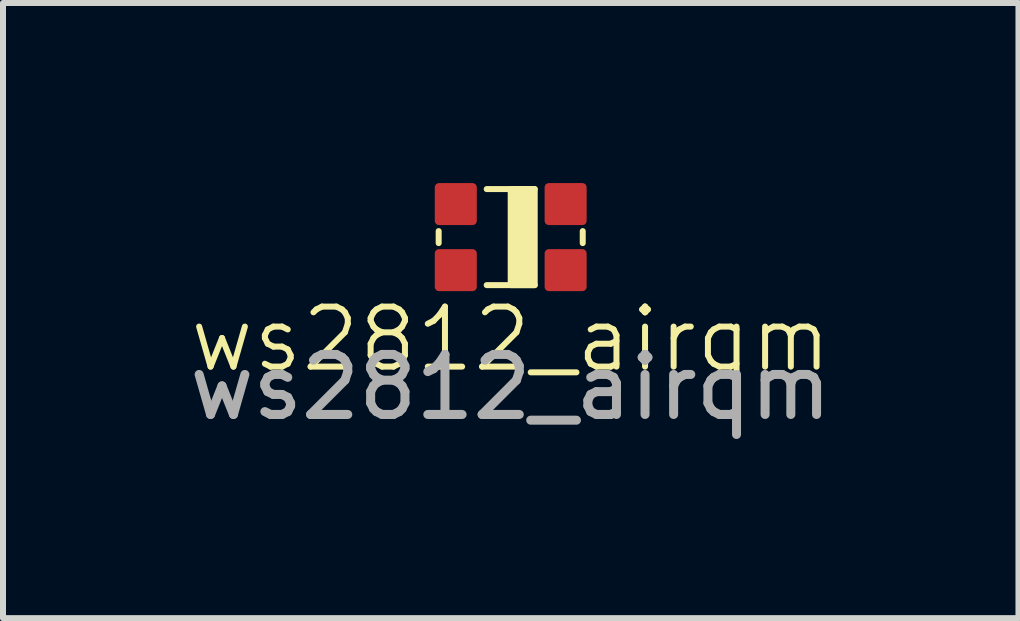
<source format=kicad_pcb>
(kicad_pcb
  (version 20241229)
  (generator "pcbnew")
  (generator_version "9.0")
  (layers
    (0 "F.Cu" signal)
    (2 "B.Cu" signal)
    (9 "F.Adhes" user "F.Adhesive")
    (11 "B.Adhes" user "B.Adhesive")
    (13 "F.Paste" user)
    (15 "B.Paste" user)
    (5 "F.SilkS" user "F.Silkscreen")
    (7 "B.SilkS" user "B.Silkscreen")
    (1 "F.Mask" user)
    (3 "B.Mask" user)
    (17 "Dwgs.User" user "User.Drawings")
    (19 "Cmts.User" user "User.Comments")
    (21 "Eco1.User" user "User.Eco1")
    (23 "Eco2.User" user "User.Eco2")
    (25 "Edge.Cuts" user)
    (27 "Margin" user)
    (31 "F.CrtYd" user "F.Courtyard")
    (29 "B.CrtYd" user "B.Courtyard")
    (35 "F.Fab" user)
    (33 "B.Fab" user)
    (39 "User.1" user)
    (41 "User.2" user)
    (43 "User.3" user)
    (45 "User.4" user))
  (footprint "ws2812_airqm"
    (layer "F.Cu")
    (at 5.458 0.9)
    (property "Reference" "ws2812_airqm" (at 0 1.7 0) (unlocked yes) (layer "F.SilkS") (effects (font (size 1 1) (thickness 0.1))))
    (attr smd)
    (fp_line (start -1.2 -0.1) (end -1.2 0.1) (stroke (width 0.1) (type default)) (layer "F.SilkS"))
    (fp_line (start -0.4 0.8) (end 0.4 0.8) (stroke (width 0.1) (type default)) (layer "F.SilkS"))
    (fp_line (start 0.4 -0.8) (end -0.4 -0.8) (stroke (width 0.1) (type default)) (layer "F.SilkS"))
    (fp_line (start 1.2 -0.1) (end 1.2 0.1) (stroke (width 0.1) (type default)) (layer "F.SilkS"))
    (fp_poly (pts (xy 0.4 0.8) (xy 0 0.8) (xy 0 -0.8) (xy 0.4 -0.8)) (stroke (width 0.1) (type solid)) (fill yes) (layer "F.SilkS"))
    (fp_text user "${REFERENCE}" (at 0 2.5 0) (unlocked yes) (layer "F.Fab") (effects (font (size 1 1) (thickness 0.15))))
    (pad "1" smd roundrect (at -0.915 0.55) (size 0.7 0.7) (layers "F.Cu" "F.Mask" "F.Paste") (roundrect_rratio 0.1))
    (pad "2" smd roundrect (at 0.915 0.55) (size 0.7 0.7) (layers "F.Cu" "F.Mask" "F.Paste") (roundrect_rratio 0.1))
    (pad "3" smd roundrect (at 0.915 -0.55) (size 0.7 0.7) (layers "F.Cu" "F.Mask" "F.Paste") (roundrect_rratio 0.1))
    (pad "4" smd roundrect (at -0.915 -0.55) (size 0.7 0.7) (layers "F.Cu" "F.Mask" "F.Paste") (roundrect_rratio 0.1)))
  (gr_rect
    (start -3 -3)
    (end 13.917 7.248)
    (stroke (width 0.1) (type default))
    (fill no)
    (layer "Edge.Cuts")))
</source>
